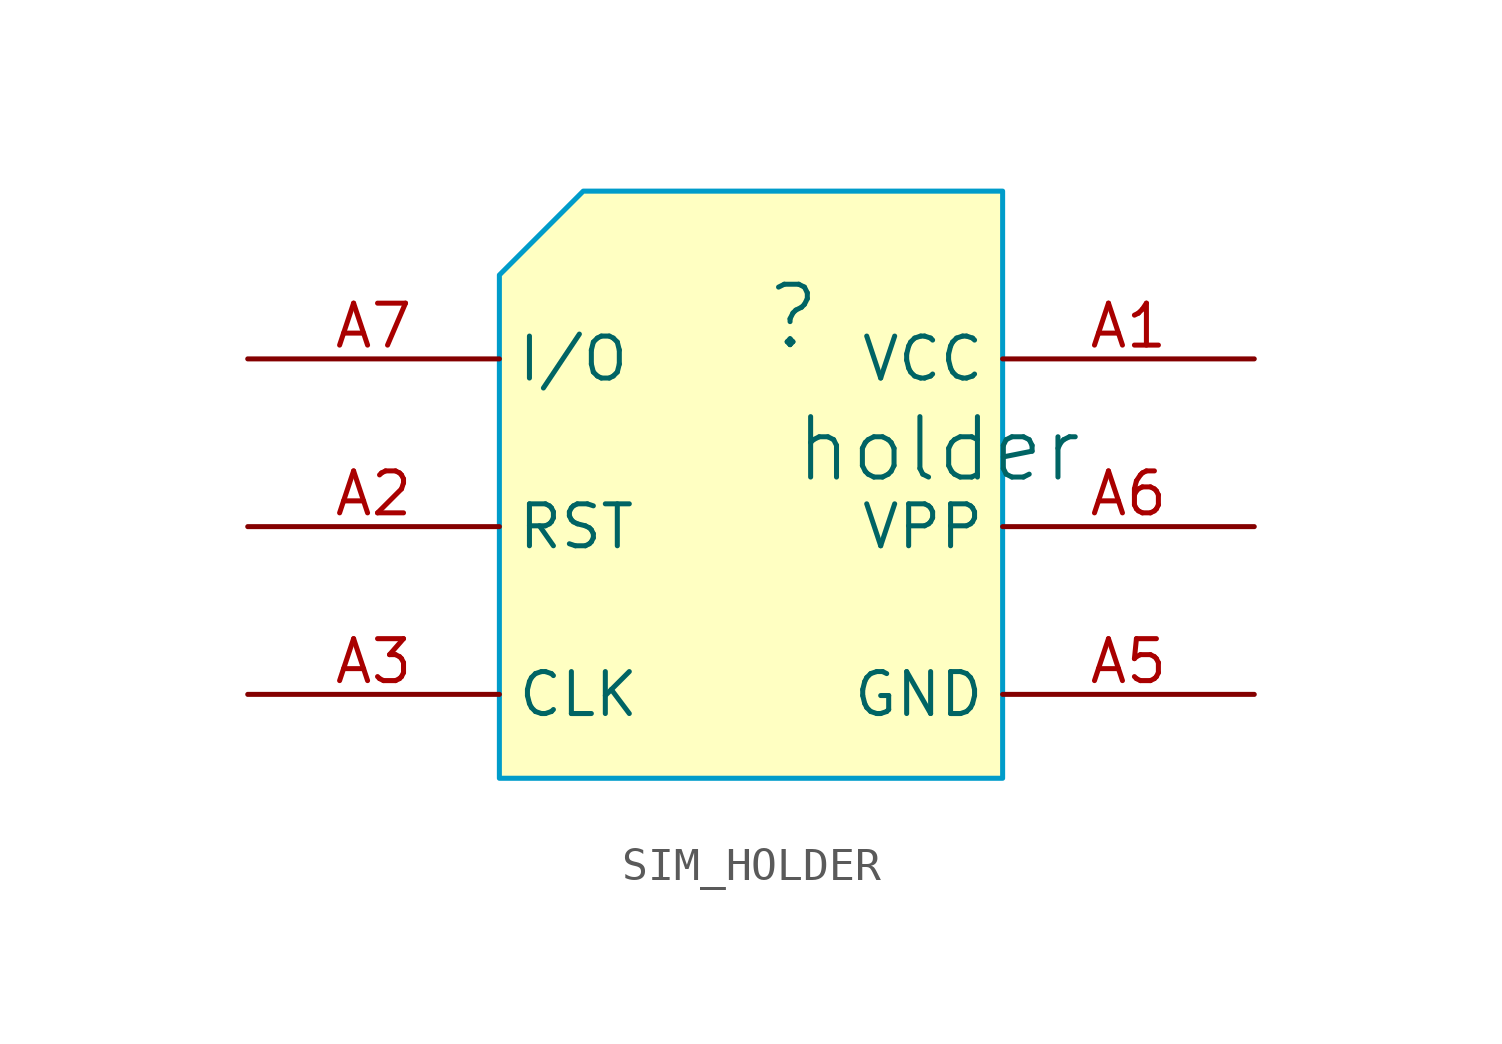
<source format=kicad_sym>
(kicad_symbol_lib
  (version 20241209)
  (generator "kicad_symbol_editor")
  (generator_version "9.0")
  (symbol "SIM_HOLDER"
    (property "Reference" ""
      (at -1.27 1.27 0)
      (effects (font (size 1.829 1.829))))
    (property "Value" "holder"
      (at -1.27 -3.81 0)
      (effects (font (size 1.829 1.829)) (justify left bottom)))
    (symbol "SIM_HOLDER_1_0"
      (polyline (pts (xy -10.16 2.54) (xy -7.62 5.08) (xy 5.08 5.08) (xy 5.08 -12.7) (xy -10.16 -12.7) (xy -10.16 2.54)) (stroke (width 0.025) (type solid)) (fill (type background)))
      (polyline (pts (xy -10.16 -12.7) (xy -10.16 2.54) (xy -7.62 5.08) (xy 5.08 5.08) (xy 5.08 -12.7) (xy -10.16 -12.7)) (stroke (width 0) (type solid) (color 0 156 202 1)) (fill (type none)))
      (pin passive line (at -17.78 0 0) (length 7.62) (name "I/O" (effects (font (size 1.27 1.27)))) (number "A7" (effects (font (size 1.27 1.27)))))
      (pin passive line (at -17.78 -5.08 0) (length 7.62) (name "RST" (effects (font (size 1.27 1.27)))) (number "A2" (effects (font (size 1.27 1.27)))))
      (pin passive line (at -17.78 -10.16 0) (length 7.62) (name "CLK" (effects (font (size 1.27 1.27)))) (number "A3" (effects (font (size 1.27 1.27)))))
      (pin passive line (at 12.7 0 180) (length 7.62) (name "VCC" (effects (font (size 1.27 1.27)))) (number "A1" (effects (font (size 1.27 1.27)))))
      (pin passive line (at 12.7 -5.08 180) (length 7.62) (name "VPP" (effects (font (size 1.27 1.27)))) (number "A6" (effects (font (size 1.27 1.27)))))
      (pin passive line (at 12.7 -10.16 180) (length 7.62) (name "GND" (effects (font (size 1.27 1.27)))) (number "A5" (effects (font (size 1.27 1.27))))))))
</source>
